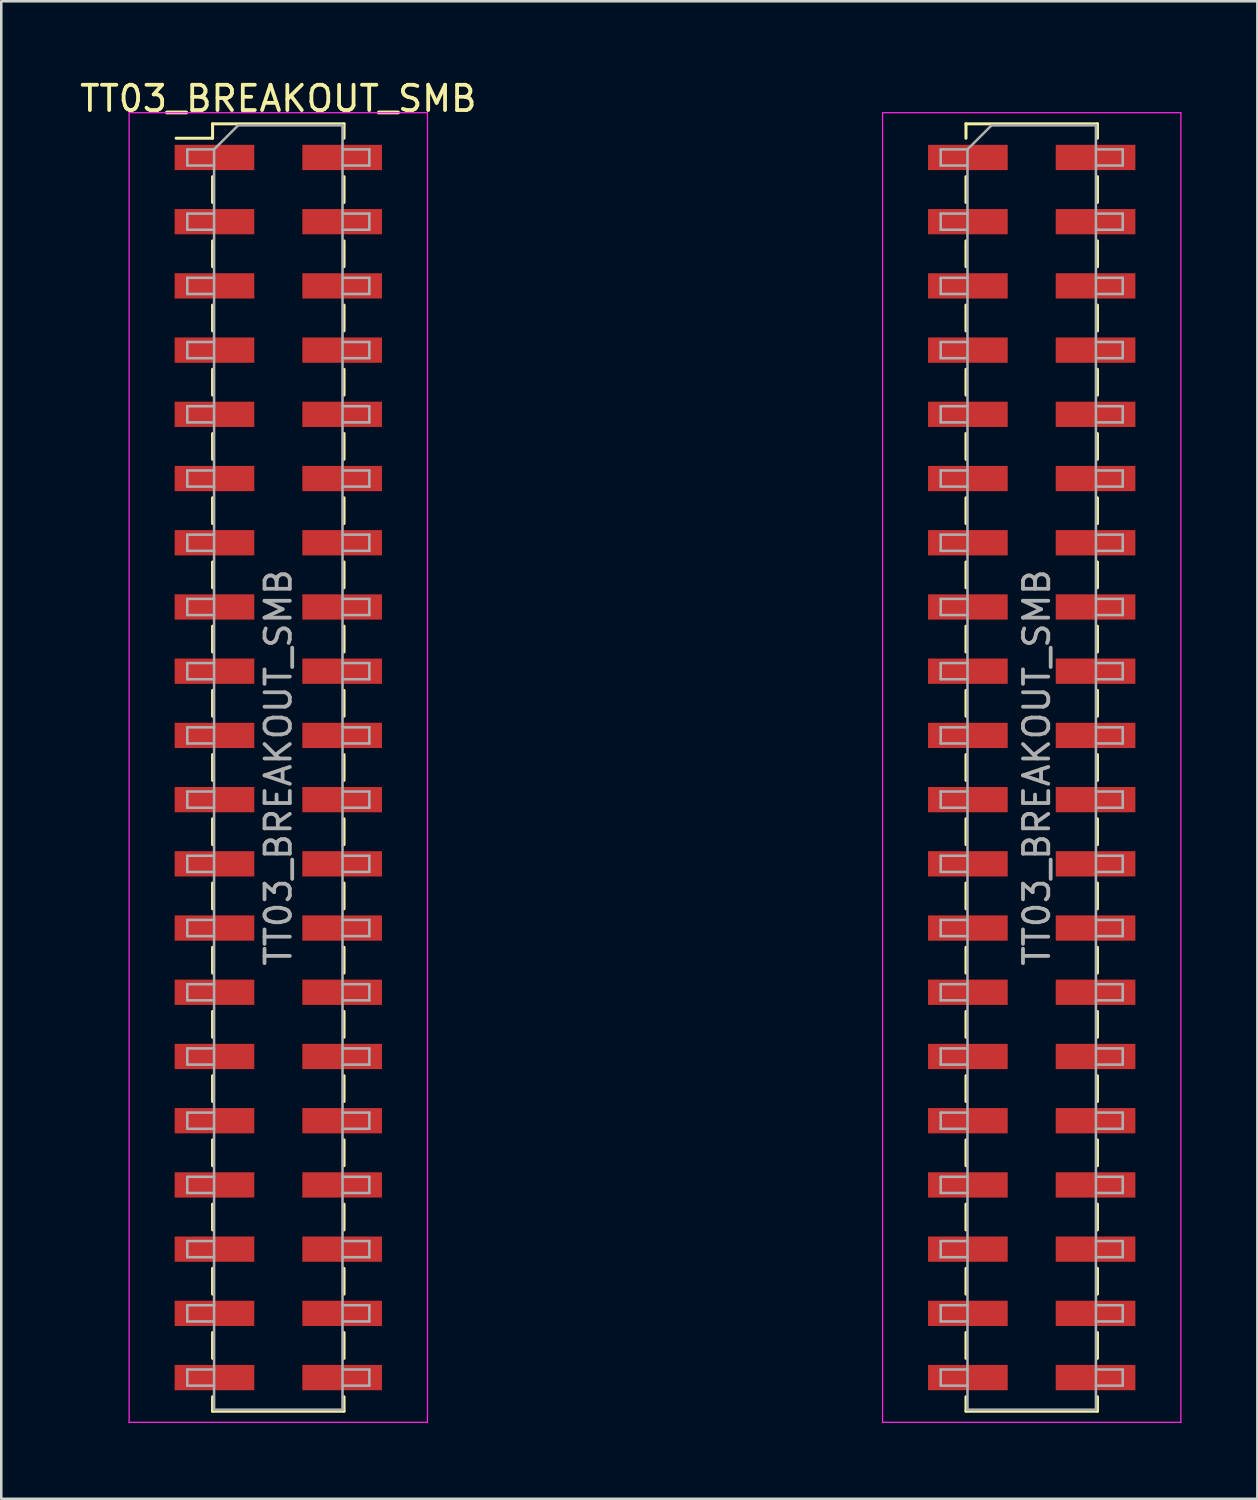
<source format=kicad_pcb>
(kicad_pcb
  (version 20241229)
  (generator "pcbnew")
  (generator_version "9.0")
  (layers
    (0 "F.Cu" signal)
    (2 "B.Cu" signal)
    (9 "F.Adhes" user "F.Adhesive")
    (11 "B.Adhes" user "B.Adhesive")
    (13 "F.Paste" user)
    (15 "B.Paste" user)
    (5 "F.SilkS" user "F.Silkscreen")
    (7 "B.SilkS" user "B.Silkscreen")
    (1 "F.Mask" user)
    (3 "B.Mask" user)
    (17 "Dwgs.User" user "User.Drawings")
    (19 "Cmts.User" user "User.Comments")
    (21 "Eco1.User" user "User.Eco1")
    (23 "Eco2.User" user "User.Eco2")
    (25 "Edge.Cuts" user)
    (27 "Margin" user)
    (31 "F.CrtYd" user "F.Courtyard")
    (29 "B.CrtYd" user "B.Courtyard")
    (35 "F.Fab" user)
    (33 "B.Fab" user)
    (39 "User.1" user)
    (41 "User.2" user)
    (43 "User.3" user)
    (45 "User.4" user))
  (footprint "TT03_BREAKOUT_SMB"
    (layer "F.Cu")
    (at 22.858 27.308)
    (property "Reference" "TT03_BREAKOUT_SMB" (at -14.9 -26.46 0) (layer "F.SilkS") (effects (font (size 1 1) (thickness 0.15))))
    (attr smd)
    (fp_line (start -18.94 -24.89) (end -17.5 -24.89) (stroke (width 0.12) (type solid)) (layer "F.SilkS"))
    (fp_line (start -17.5 -25.46) (end -17.5 -24.89) (stroke (width 0.12) (type solid)) (layer "F.SilkS"))
    (fp_line (start -17.5 -25.46) (end -12.3 -25.46) (stroke (width 0.12) (type solid)) (layer "F.SilkS"))
    (fp_line (start -17.5 -23.37) (end -17.5 -22.35) (stroke (width 0.12) (type solid)) (layer "F.SilkS"))
    (fp_line (start -17.5 -20.83) (end -17.5 -19.81) (stroke (width 0.12) (type solid)) (layer "F.SilkS"))
    (fp_line (start -17.5 -18.29) (end -17.5 -17.27) (stroke (width 0.12) (type solid)) (layer "F.SilkS"))
    (fp_line (start -17.5 -15.75) (end -17.5 -14.73) (stroke (width 0.12) (type solid)) (layer "F.SilkS"))
    (fp_line (start -17.5 -13.21) (end -17.5 -12.19) (stroke (width 0.12) (type solid)) (layer "F.SilkS"))
    (fp_line (start -17.5 -10.67) (end -17.5 -9.65) (stroke (width 0.12) (type solid)) (layer "F.SilkS"))
    (fp_line (start -17.5 -8.13) (end -17.5 -7.11) (stroke (width 0.12) (type solid)) (layer "F.SilkS"))
    (fp_line (start -17.5 -5.59) (end -17.5 -4.57) (stroke (width 0.12) (type solid)) (layer "F.SilkS"))
    (fp_line (start -17.5 -3.05) (end -17.5 -2.03) (stroke (width 0.12) (type solid)) (layer "F.SilkS"))
    (fp_line (start -17.5 -0.51) (end -17.5 0.51) (stroke (width 0.12) (type solid)) (layer "F.SilkS"))
    (fp_line (start -17.5 2.03) (end -17.5 3.05) (stroke (width 0.12) (type solid)) (layer "F.SilkS"))
    (fp_line (start -17.5 4.57) (end -17.5 5.59) (stroke (width 0.12) (type solid)) (layer "F.SilkS"))
    (fp_line (start -17.5 7.11) (end -17.5 8.13) (stroke (width 0.12) (type solid)) (layer "F.SilkS"))
    (fp_line (start -17.5 9.65) (end -17.5 10.67) (stroke (width 0.12) (type solid)) (layer "F.SilkS"))
    (fp_line (start -17.5 12.19) (end -17.5 13.21) (stroke (width 0.12) (type solid)) (layer "F.SilkS"))
    (fp_line (start -17.5 14.73) (end -17.5 15.75) (stroke (width 0.12) (type solid)) (layer "F.SilkS"))
    (fp_line (start -17.5 17.27) (end -17.5 18.29) (stroke (width 0.12) (type solid)) (layer "F.SilkS"))
    (fp_line (start -17.5 19.81) (end -17.5 20.83) (stroke (width 0.12) (type solid)) (layer "F.SilkS"))
    (fp_line (start -17.5 22.35) (end -17.5 23.37) (stroke (width 0.12) (type solid)) (layer "F.SilkS"))
    (fp_line (start -17.5 24.89) (end -17.5 25.46) (stroke (width 0.12) (type solid)) (layer "F.SilkS"))
    (fp_line (start -17.5 25.46) (end -12.3 25.46) (stroke (width 0.12) (type solid)) (layer "F.SilkS"))
    (fp_line (start -12.3 -25.46) (end -12.3 -24.89) (stroke (width 0.12) (type solid)) (layer "F.SilkS"))
    (fp_line (start -12.3 -23.37) (end -12.3 -22.35) (stroke (width 0.12) (type solid)) (layer "F.SilkS"))
    (fp_line (start -12.3 -20.83) (end -12.3 -19.81) (stroke (width 0.12) (type solid)) (layer "F.SilkS"))
    (fp_line (start -12.3 -18.29) (end -12.3 -17.27) (stroke (width 0.12) (type solid)) (layer "F.SilkS"))
    (fp_line (start -12.3 -15.75) (end -12.3 -14.73) (stroke (width 0.12) (type solid)) (layer "F.SilkS"))
    (fp_line (start -12.3 -13.21) (end -12.3 -12.19) (stroke (width 0.12) (type solid)) (layer "F.SilkS"))
    (fp_line (start -12.3 -10.67) (end -12.3 -9.65) (stroke (width 0.12) (type solid)) (layer "F.SilkS"))
    (fp_line (start -12.3 -8.13) (end -12.3 -7.11) (stroke (width 0.12) (type solid)) (layer "F.SilkS"))
    (fp_line (start -12.3 -5.59) (end -12.3 -4.57) (stroke (width 0.12) (type solid)) (layer "F.SilkS"))
    (fp_line (start -12.3 -3.05) (end -12.3 -2.03) (stroke (width 0.12) (type solid)) (layer "F.SilkS"))
    (fp_line (start -12.3 -0.51) (end -12.3 0.51) (stroke (width 0.12) (type solid)) (layer "F.SilkS"))
    (fp_line (start -12.3 2.03) (end -12.3 3.05) (stroke (width 0.12) (type solid)) (layer "F.SilkS"))
    (fp_line (start -12.3 4.57) (end -12.3 5.59) (stroke (width 0.12) (type solid)) (layer "F.SilkS"))
    (fp_line (start -12.3 7.11) (end -12.3 8.13) (stroke (width 0.12) (type solid)) (layer "F.SilkS"))
    (fp_line (start -12.3 9.65) (end -12.3 10.67) (stroke (width 0.12) (type solid)) (layer "F.SilkS"))
    (fp_line (start -12.3 12.19) (end -12.3 13.21) (stroke (width 0.12) (type solid)) (layer "F.SilkS"))
    (fp_line (start -12.3 14.73) (end -12.3 15.75) (stroke (width 0.12) (type solid)) (layer "F.SilkS"))
    (fp_line (start -12.3 17.27) (end -12.3 18.29) (stroke (width 0.12) (type solid)) (layer "F.SilkS"))
    (fp_line (start -12.3 19.81) (end -12.3 20.83) (stroke (width 0.12) (type solid)) (layer "F.SilkS"))
    (fp_line (start -12.3 22.35) (end -12.3 23.37) (stroke (width 0.12) (type solid)) (layer "F.SilkS"))
    (fp_line (start -12.3 24.89) (end -12.3 25.46) (stroke (width 0.12) (type solid)) (layer "F.SilkS"))
    (fp_line (start 12.3 -25.46) (end 12.3 -24.89) (stroke (width 0.12) (type solid)) (layer "F.SilkS"))
    (fp_line (start 12.3 -25.46) (end 17.5 -25.46) (stroke (width 0.12) (type solid)) (layer "F.SilkS"))
    (fp_line (start 12.3 -23.37) (end 12.3 -22.35) (stroke (width 0.12) (type solid)) (layer "F.SilkS"))
    (fp_line (start 12.3 -20.83) (end 12.3 -19.81) (stroke (width 0.12) (type solid)) (layer "F.SilkS"))
    (fp_line (start 12.3 -18.29) (end 12.3 -17.27) (stroke (width 0.12) (type solid)) (layer "F.SilkS"))
    (fp_line (start 12.3 -15.75) (end 12.3 -14.73) (stroke (width 0.12) (type solid)) (layer "F.SilkS"))
    (fp_line (start 12.3 -13.21) (end 12.3 -12.19) (stroke (width 0.12) (type solid)) (layer "F.SilkS"))
    (fp_line (start 12.3 -10.67) (end 12.3 -9.65) (stroke (width 0.12) (type solid)) (layer "F.SilkS"))
    (fp_line (start 12.3 -8.13) (end 12.3 -7.11) (stroke (width 0.12) (type solid)) (layer "F.SilkS"))
    (fp_line (start 12.3 -5.59) (end 12.3 -4.57) (stroke (width 0.12) (type solid)) (layer "F.SilkS"))
    (fp_line (start 12.3 -3.05) (end 12.3 -2.03) (stroke (width 0.12) (type solid)) (layer "F.SilkS"))
    (fp_line (start 12.3 -0.51) (end 12.3 0.51) (stroke (width 0.12) (type solid)) (layer "F.SilkS"))
    (fp_line (start 12.3 2.03) (end 12.3 3.05) (stroke (width 0.12) (type solid)) (layer "F.SilkS"))
    (fp_line (start 12.3 4.57) (end 12.3 5.59) (stroke (width 0.12) (type solid)) (layer "F.SilkS"))
    (fp_line (start 12.3 7.11) (end 12.3 8.13) (stroke (width 0.12) (type solid)) (layer "F.SilkS"))
    (fp_line (start 12.3 9.65) (end 12.3 10.67) (stroke (width 0.12) (type solid)) (layer "F.SilkS"))
    (fp_line (start 12.3 12.19) (end 12.3 13.21) (stroke (width 0.12) (type solid)) (layer "F.SilkS"))
    (fp_line (start 12.3 14.73) (end 12.3 15.75) (stroke (width 0.12) (type solid)) (layer "F.SilkS"))
    (fp_line (start 12.3 17.27) (end 12.3 18.29) (stroke (width 0.12) (type solid)) (layer "F.SilkS"))
    (fp_line (start 12.3 19.81) (end 12.3 20.83) (stroke (width 0.12) (type solid)) (layer "F.SilkS"))
    (fp_line (start 12.3 22.35) (end 12.3 23.37) (stroke (width 0.12) (type solid)) (layer "F.SilkS"))
    (fp_line (start 12.3 24.89) (end 12.3 25.46) (stroke (width 0.12) (type solid)) (layer "F.SilkS"))
    (fp_line (start 12.3 25.46) (end 17.5 25.46) (stroke (width 0.12) (type solid)) (layer "F.SilkS"))
    (fp_line (start 17.5 -25.46) (end 17.5 -24.89) (stroke (width 0.12) (type solid)) (layer "F.SilkS"))
    (fp_line (start 17.5 -23.37) (end 17.5 -22.35) (stroke (width 0.12) (type solid)) (layer "F.SilkS"))
    (fp_line (start 17.5 -20.83) (end 17.5 -19.81) (stroke (width 0.12) (type solid)) (layer "F.SilkS"))
    (fp_line (start 17.5 -18.29) (end 17.5 -17.27) (stroke (width 0.12) (type solid)) (layer "F.SilkS"))
    (fp_line (start 17.5 -15.75) (end 17.5 -14.73) (stroke (width 0.12) (type solid)) (layer "F.SilkS"))
    (fp_line (start 17.5 -13.21) (end 17.5 -12.19) (stroke (width 0.12) (type solid)) (layer "F.SilkS"))
    (fp_line (start 17.5 -10.67) (end 17.5 -9.65) (stroke (width 0.12) (type solid)) (layer "F.SilkS"))
    (fp_line (start 17.5 -8.13) (end 17.5 -7.11) (stroke (width 0.12) (type solid)) (layer "F.SilkS"))
    (fp_line (start 17.5 -5.59) (end 17.5 -4.57) (stroke (width 0.12) (type solid)) (layer "F.SilkS"))
    (fp_line (start 17.5 -3.05) (end 17.5 -2.03) (stroke (width 0.12) (type solid)) (layer "F.SilkS"))
    (fp_line (start 17.5 -0.51) (end 17.5 0.51) (stroke (width 0.12) (type solid)) (layer "F.SilkS"))
    (fp_line (start 17.5 2.03) (end 17.5 3.05) (stroke (width 0.12) (type solid)) (layer "F.SilkS"))
    (fp_line (start 17.5 4.57) (end 17.5 5.59) (stroke (width 0.12) (type solid)) (layer "F.SilkS"))
    (fp_line (start 17.5 7.11) (end 17.5 8.13) (stroke (width 0.12) (type solid)) (layer "F.SilkS"))
    (fp_line (start 17.5 9.65) (end 17.5 10.67) (stroke (width 0.12) (type solid)) (layer "F.SilkS"))
    (fp_line (start 17.5 12.19) (end 17.5 13.21) (stroke (width 0.12) (type solid)) (layer "F.SilkS"))
    (fp_line (start 17.5 14.73) (end 17.5 15.75) (stroke (width 0.12) (type solid)) (layer "F.SilkS"))
    (fp_line (start 17.5 17.27) (end 17.5 18.29) (stroke (width 0.12) (type solid)) (layer "F.SilkS"))
    (fp_line (start 17.5 19.81) (end 17.5 20.83) (stroke (width 0.12) (type solid)) (layer "F.SilkS"))
    (fp_line (start 17.5 22.35) (end 17.5 23.37) (stroke (width 0.12) (type solid)) (layer "F.SilkS"))
    (fp_line (start 17.5 24.89) (end 17.5 25.46) (stroke (width 0.12) (type solid)) (layer "F.SilkS"))
    (fp_line (start -20.8 -25.9) (end -20.8 25.9) (stroke (width 0.05) (type solid)) (layer "F.CrtYd"))
    (fp_line (start -20.8 25.9) (end -9 25.9) (stroke (width 0.05) (type solid)) (layer "F.CrtYd"))
    (fp_line (start -9 -25.9) (end -20.8 -25.9) (stroke (width 0.05) (type solid)) (layer "F.CrtYd"))
    (fp_line (start -9 25.9) (end -9 -25.9) (stroke (width 0.05) (type solid)) (layer "F.CrtYd"))
    (fp_line (start 9 -25.9) (end 9 25.9) (stroke (width 0.05) (type solid)) (layer "F.CrtYd"))
    (fp_line (start 9 25.9) (end 20.8 25.9) (stroke (width 0.05) (type solid)) (layer "F.CrtYd"))
    (fp_line (start 20.8 -25.9) (end 9 -25.9) (stroke (width 0.05) (type solid)) (layer "F.CrtYd"))
    (fp_line (start 20.8 25.9) (end 20.8 -25.9) (stroke (width 0.05) (type solid)) (layer "F.CrtYd"))
    (fp_line (start -18.5 -24.45) (end -18.5 -23.81) (stroke (width 0.1) (type solid)) (layer "F.Fab"))
    (fp_line (start -18.5 -23.81) (end -17.44 -23.81) (stroke (width 0.1) (type solid)) (layer "F.Fab"))
    (fp_line (start -18.5 -21.91) (end -18.5 -21.27) (stroke (width 0.1) (type solid)) (layer "F.Fab"))
    (fp_line (start -18.5 -21.27) (end -17.44 -21.27) (stroke (width 0.1) (type solid)) (layer "F.Fab"))
    (fp_line (start -18.5 -19.37) (end -18.5 -18.73) (stroke (width 0.1) (type solid)) (layer "F.Fab"))
    (fp_line (start -18.5 -18.73) (end -17.44 -18.73) (stroke (width 0.1) (type solid)) (layer "F.Fab"))
    (fp_line (start -18.5 -16.83) (end -18.5 -16.19) (stroke (width 0.1) (type solid)) (layer "F.Fab"))
    (fp_line (start -18.5 -16.19) (end -17.44 -16.19) (stroke (width 0.1) (type solid)) (layer "F.Fab"))
    (fp_line (start -18.5 -14.29) (end -18.5 -13.65) (stroke (width 0.1) (type solid)) (layer "F.Fab"))
    (fp_line (start -18.5 -13.65) (end -17.44 -13.65) (stroke (width 0.1) (type solid)) (layer "F.Fab"))
    (fp_line (start -18.5 -11.75) (end -18.5 -11.11) (stroke (width 0.1) (type solid)) (layer "F.Fab"))
    (fp_line (start -18.5 -11.11) (end -17.44 -11.11) (stroke (width 0.1) (type solid)) (layer "F.Fab"))
    (fp_line (start -18.5 -9.21) (end -18.5 -8.57) (stroke (width 0.1) (type solid)) (layer "F.Fab"))
    (fp_line (start -18.5 -8.57) (end -17.44 -8.57) (stroke (width 0.1) (type solid)) (layer "F.Fab"))
    (fp_line (start -18.5 -6.67) (end -18.5 -6.03) (stroke (width 0.1) (type solid)) (layer "F.Fab"))
    (fp_line (start -18.5 -6.03) (end -17.44 -6.03) (stroke (width 0.1) (type solid)) (layer "F.Fab"))
    (fp_line (start -18.5 -4.13) (end -18.5 -3.49) (stroke (width 0.1) (type solid)) (layer "F.Fab"))
    (fp_line (start -18.5 -3.49) (end -17.44 -3.49) (stroke (width 0.1) (type solid)) (layer "F.Fab"))
    (fp_line (start -18.5 -1.59) (end -18.5 -0.95) (stroke (width 0.1) (type solid)) (layer "F.Fab"))
    (fp_line (start -18.5 -0.95) (end -17.44 -0.95) (stroke (width 0.1) (type solid)) (layer "F.Fab"))
    (fp_line (start -18.5 0.95) (end -18.5 1.59) (stroke (width 0.1) (type solid)) (layer "F.Fab"))
    (fp_line (start -18.5 1.59) (end -17.44 1.59) (stroke (width 0.1) (type solid)) (layer "F.Fab"))
    (fp_line (start -18.5 3.49) (end -18.5 4.13) (stroke (width 0.1) (type solid)) (layer "F.Fab"))
    (fp_line (start -18.5 4.13) (end -17.44 4.13) (stroke (width 0.1) (type solid)) (layer "F.Fab"))
    (fp_line (start -18.5 6.03) (end -18.5 6.67) (stroke (width 0.1) (type solid)) (layer "F.Fab"))
    (fp_line (start -18.5 6.67) (end -17.44 6.67) (stroke (width 0.1) (type solid)) (layer "F.Fab"))
    (fp_line (start -18.5 8.57) (end -18.5 9.21) (stroke (width 0.1) (type solid)) (layer "F.Fab"))
    (fp_line (start -18.5 9.21) (end -17.44 9.21) (stroke (width 0.1) (type solid)) (layer "F.Fab"))
    (fp_line (start -18.5 11.11) (end -18.5 11.75) (stroke (width 0.1) (type solid)) (layer "F.Fab"))
    (fp_line (start -18.5 11.75) (end -17.44 11.75) (stroke (width 0.1) (type solid)) (layer "F.Fab"))
    (fp_line (start -18.5 13.65) (end -18.5 14.29) (stroke (width 0.1) (type solid)) (layer "F.Fab"))
    (fp_line (start -18.5 14.29) (end -17.44 14.29) (stroke (width 0.1) (type solid)) (layer "F.Fab"))
    (fp_line (start -18.5 16.19) (end -18.5 16.83) (stroke (width 0.1) (type solid)) (layer "F.Fab"))
    (fp_line (start -18.5 16.83) (end -17.44 16.83) (stroke (width 0.1) (type solid)) (layer "F.Fab"))
    (fp_line (start -18.5 18.73) (end -18.5 19.37) (stroke (width 0.1) (type solid)) (layer "F.Fab"))
    (fp_line (start -18.5 19.37) (end -17.44 19.37) (stroke (width 0.1) (type solid)) (layer "F.Fab"))
    (fp_line (start -18.5 21.27) (end -18.5 21.91) (stroke (width 0.1) (type solid)) (layer "F.Fab"))
    (fp_line (start -18.5 21.91) (end -17.44 21.91) (stroke (width 0.1) (type solid)) (layer "F.Fab"))
    (fp_line (start -18.5 23.81) (end -18.5 24.45) (stroke (width 0.1) (type solid)) (layer "F.Fab"))
    (fp_line (start -18.5 24.45) (end -17.44 24.45) (stroke (width 0.1) (type solid)) (layer "F.Fab"))
    (fp_line (start -17.44 -24.45) (end -18.5 -24.45) (stroke (width 0.1) (type solid)) (layer "F.Fab"))
    (fp_line (start -17.44 -24.45) (end -16.49 -25.4) (stroke (width 0.1) (type solid)) (layer "F.Fab"))
    (fp_line (start -17.44 -21.91) (end -18.5 -21.91) (stroke (width 0.1) (type solid)) (layer "F.Fab"))
    (fp_line (start -17.44 -19.37) (end -18.5 -19.37) (stroke (width 0.1) (type solid)) (layer "F.Fab"))
    (fp_line (start -17.44 -16.83) (end -18.5 -16.83) (stroke (width 0.1) (type solid)) (layer "F.Fab"))
    (fp_line (start -17.44 -14.29) (end -18.5 -14.29) (stroke (width 0.1) (type solid)) (layer "F.Fab"))
    (fp_line (start -17.44 -11.75) (end -18.5 -11.75) (stroke (width 0.1) (type solid)) (layer "F.Fab"))
    (fp_line (start -17.44 -9.21) (end -18.5 -9.21) (stroke (width 0.1) (type solid)) (layer "F.Fab"))
    (fp_line (start -17.44 -6.67) (end -18.5 -6.67) (stroke (width 0.1) (type solid)) (layer "F.Fab"))
    (fp_line (start -17.44 -4.13) (end -18.5 -4.13) (stroke (width 0.1) (type solid)) (layer "F.Fab"))
    (fp_line (start -17.44 -1.59) (end -18.5 -1.59) (stroke (width 0.1) (type solid)) (layer "F.Fab"))
    (fp_line (start -17.44 0.95) (end -18.5 0.95) (stroke (width 0.1) (type solid)) (layer "F.Fab"))
    (fp_line (start -17.44 3.49) (end -18.5 3.49) (stroke (width 0.1) (type solid)) (layer "F.Fab"))
    (fp_line (start -17.44 6.03) (end -18.5 6.03) (stroke (width 0.1) (type solid)) (layer "F.Fab"))
    (fp_line (start -17.44 8.57) (end -18.5 8.57) (stroke (width 0.1) (type solid)) (layer "F.Fab"))
    (fp_line (start -17.44 11.11) (end -18.5 11.11) (stroke (width 0.1) (type solid)) (layer "F.Fab"))
    (fp_line (start -17.44 13.65) (end -18.5 13.65) (stroke (width 0.1) (type solid)) (layer "F.Fab"))
    (fp_line (start -17.44 16.19) (end -18.5 16.19) (stroke (width 0.1) (type solid)) (layer "F.Fab"))
    (fp_line (start -17.44 18.73) (end -18.5 18.73) (stroke (width 0.1) (type solid)) (layer "F.Fab"))
    (fp_line (start -17.44 21.27) (end -18.5 21.27) (stroke (width 0.1) (type solid)) (layer "F.Fab"))
    (fp_line (start -17.44 23.81) (end -18.5 23.81) (stroke (width 0.1) (type solid)) (layer "F.Fab"))
    (fp_line (start -17.44 25.4) (end -17.44 -24.45) (stroke (width 0.1) (type solid)) (layer "F.Fab"))
    (fp_line (start -16.49 -25.4) (end -12.36 -25.4) (stroke (width 0.1) (type solid)) (layer "F.Fab"))
    (fp_line (start -12.36 -25.4) (end -12.36 25.4) (stroke (width 0.1) (type solid)) (layer "F.Fab"))
    (fp_line (start -12.36 -24.45) (end -11.3 -24.45) (stroke (width 0.1) (type solid)) (layer "F.Fab"))
    (fp_line (start -12.36 -21.91) (end -11.3 -21.91) (stroke (width 0.1) (type solid)) (layer "F.Fab"))
    (fp_line (start -12.36 -19.37) (end -11.3 -19.37) (stroke (width 0.1) (type solid)) (layer "F.Fab"))
    (fp_line (start -12.36 -16.83) (end -11.3 -16.83) (stroke (width 0.1) (type solid)) (layer "F.Fab"))
    (fp_line (start -12.36 -14.29) (end -11.3 -14.29) (stroke (width 0.1) (type solid)) (layer "F.Fab"))
    (fp_line (start -12.36 -11.75) (end -11.3 -11.75) (stroke (width 0.1) (type solid)) (layer "F.Fab"))
    (fp_line (start -12.36 -9.21) (end -11.3 -9.21) (stroke (width 0.1) (type solid)) (layer "F.Fab"))
    (fp_line (start -12.36 -6.67) (end -11.3 -6.67) (stroke (width 0.1) (type solid)) (layer "F.Fab"))
    (fp_line (start -12.36 -4.13) (end -11.3 -4.13) (stroke (width 0.1) (type solid)) (layer "F.Fab"))
    (fp_line (start -12.36 -1.59) (end -11.3 -1.59) (stroke (width 0.1) (type solid)) (layer "F.Fab"))
    (fp_line (start -12.36 0.95) (end -11.3 0.95) (stroke (width 0.1) (type solid)) (layer "F.Fab"))
    (fp_line (start -12.36 3.49) (end -11.3 3.49) (stroke (width 0.1) (type solid)) (layer "F.Fab"))
    (fp_line (start -12.36 6.03) (end -11.3 6.03) (stroke (width 0.1) (type solid)) (layer "F.Fab"))
    (fp_line (start -12.36 8.57) (end -11.3 8.57) (stroke (width 0.1) (type solid)) (layer "F.Fab"))
    (fp_line (start -12.36 11.11) (end -11.3 11.11) (stroke (width 0.1) (type solid)) (layer "F.Fab"))
    (fp_line (start -12.36 13.65) (end -11.3 13.65) (stroke (width 0.1) (type solid)) (layer "F.Fab"))
    (fp_line (start -12.36 16.19) (end -11.3 16.19) (stroke (width 0.1) (type solid)) (layer "F.Fab"))
    (fp_line (start -12.36 18.73) (end -11.3 18.73) (stroke (width 0.1) (type solid)) (layer "F.Fab"))
    (fp_line (start -12.36 21.27) (end -11.3 21.27) (stroke (width 0.1) (type solid)) (layer "F.Fab"))
    (fp_line (start -12.36 23.81) (end -11.3 23.81) (stroke (width 0.1) (type solid)) (layer "F.Fab"))
    (fp_line (start -12.36 25.4) (end -17.44 25.4) (stroke (width 0.1) (type solid)) (layer "F.Fab"))
    (fp_line (start -11.3 -24.45) (end -11.3 -23.81) (stroke (width 0.1) (type solid)) (layer "F.Fab"))
    (fp_line (start -11.3 -23.81) (end -12.36 -23.81) (stroke (width 0.1) (type solid)) (layer "F.Fab"))
    (fp_line (start -11.3 -21.91) (end -11.3 -21.27) (stroke (width 0.1) (type solid)) (layer "F.Fab"))
    (fp_line (start -11.3 -21.27) (end -12.36 -21.27) (stroke (width 0.1) (type solid)) (layer "F.Fab"))
    (fp_line (start -11.3 -19.37) (end -11.3 -18.73) (stroke (width 0.1) (type solid)) (layer "F.Fab"))
    (fp_line (start -11.3 -18.73) (end -12.36 -18.73) (stroke (width 0.1) (type solid)) (layer "F.Fab"))
    (fp_line (start -11.3 -16.83) (end -11.3 -16.19) (stroke (width 0.1) (type solid)) (layer "F.Fab"))
    (fp_line (start -11.3 -16.19) (end -12.36 -16.19) (stroke (width 0.1) (type solid)) (layer "F.Fab"))
    (fp_line (start -11.3 -14.29) (end -11.3 -13.65) (stroke (width 0.1) (type solid)) (layer "F.Fab"))
    (fp_line (start -11.3 -13.65) (end -12.36 -13.65) (stroke (width 0.1) (type solid)) (layer "F.Fab"))
    (fp_line (start -11.3 -11.75) (end -11.3 -11.11) (stroke (width 0.1) (type solid)) (layer "F.Fab"))
    (fp_line (start -11.3 -11.11) (end -12.36 -11.11) (stroke (width 0.1) (type solid)) (layer "F.Fab"))
    (fp_line (start -11.3 -9.21) (end -11.3 -8.57) (stroke (width 0.1) (type solid)) (layer "F.Fab"))
    (fp_line (start -11.3 -8.57) (end -12.36 -8.57) (stroke (width 0.1) (type solid)) (layer "F.Fab"))
    (fp_line (start -11.3 -6.67) (end -11.3 -6.03) (stroke (width 0.1) (type solid)) (layer "F.Fab"))
    (fp_line (start -11.3 -6.03) (end -12.36 -6.03) (stroke (width 0.1) (type solid)) (layer "F.Fab"))
    (fp_line (start -11.3 -4.13) (end -11.3 -3.49) (stroke (width 0.1) (type solid)) (layer "F.Fab"))
    (fp_line (start -11.3 -3.49) (end -12.36 -3.49) (stroke (width 0.1) (type solid)) (layer "F.Fab"))
    (fp_line (start -11.3 -1.59) (end -11.3 -0.95) (stroke (width 0.1) (type solid)) (layer "F.Fab"))
    (fp_line (start -11.3 -0.95) (end -12.36 -0.95) (stroke (width 0.1) (type solid)) (layer "F.Fab"))
    (fp_line (start -11.3 0.95) (end -11.3 1.59) (stroke (width 0.1) (type solid)) (layer "F.Fab"))
    (fp_line (start -11.3 1.59) (end -12.36 1.59) (stroke (width 0.1) (type solid)) (layer "F.Fab"))
    (fp_line (start -11.3 3.49) (end -11.3 4.13) (stroke (width 0.1) (type solid)) (layer "F.Fab"))
    (fp_line (start -11.3 4.13) (end -12.36 4.13) (stroke (width 0.1) (type solid)) (layer "F.Fab"))
    (fp_line (start -11.3 6.03) (end -11.3 6.67) (stroke (width 0.1) (type solid)) (layer "F.Fab"))
    (fp_line (start -11.3 6.67) (end -12.36 6.67) (stroke (width 0.1) (type solid)) (layer "F.Fab"))
    (fp_line (start -11.3 8.57) (end -11.3 9.21) (stroke (width 0.1) (type solid)) (layer "F.Fab"))
    (fp_line (start -11.3 9.21) (end -12.36 9.21) (stroke (width 0.1) (type solid)) (layer "F.Fab"))
    (fp_line (start -11.3 11.11) (end -11.3 11.75) (stroke (width 0.1) (type solid)) (layer "F.Fab"))
    (fp_line (start -11.3 11.75) (end -12.36 11.75) (stroke (width 0.1) (type solid)) (layer "F.Fab"))
    (fp_line (start -11.3 13.65) (end -11.3 14.29) (stroke (width 0.1) (type solid)) (layer "F.Fab"))
    (fp_line (start -11.3 14.29) (end -12.36 14.29) (stroke (width 0.1) (type solid)) (layer "F.Fab"))
    (fp_line (start -11.3 16.19) (end -11.3 16.83) (stroke (width 0.1) (type solid)) (layer "F.Fab"))
    (fp_line (start -11.3 16.83) (end -12.36 16.83) (stroke (width 0.1) (type solid)) (layer "F.Fab"))
    (fp_line (start -11.3 18.73) (end -11.3 19.37) (stroke (width 0.1) (type solid)) (layer "F.Fab"))
    (fp_line (start -11.3 19.37) (end -12.36 19.37) (stroke (width 0.1) (type solid)) (layer "F.Fab"))
    (fp_line (start -11.3 21.27) (end -11.3 21.91) (stroke (width 0.1) (type solid)) (layer "F.Fab"))
    (fp_line (start -11.3 21.91) (end -12.36 21.91) (stroke (width 0.1) (type solid)) (layer "F.Fab"))
    (fp_line (start -11.3 23.81) (end -11.3 24.45) (stroke (width 0.1) (type solid)) (layer "F.Fab"))
    (fp_line (start -11.3 24.45) (end -12.36 24.45) (stroke (width 0.1) (type solid)) (layer "F.Fab"))
    (fp_line (start 11.3 -24.45) (end 11.3 -23.81) (stroke (width 0.1) (type solid)) (layer "F.Fab"))
    (fp_line (start 11.3 -23.81) (end 12.36 -23.81) (stroke (width 0.1) (type solid)) (layer "F.Fab"))
    (fp_line (start 11.3 -21.91) (end 11.3 -21.27) (stroke (width 0.1) (type solid)) (layer "F.Fab"))
    (fp_line (start 11.3 -21.27) (end 12.36 -21.27) (stroke (width 0.1) (type solid)) (layer "F.Fab"))
    (fp_line (start 11.3 -19.37) (end 11.3 -18.73) (stroke (width 0.1) (type solid)) (layer "F.Fab"))
    (fp_line (start 11.3 -18.73) (end 12.36 -18.73) (stroke (width 0.1) (type solid)) (layer "F.Fab"))
    (fp_line (start 11.3 -16.83) (end 11.3 -16.19) (stroke (width 0.1) (type solid)) (layer "F.Fab"))
    (fp_line (start 11.3 -16.19) (end 12.36 -16.19) (stroke (width 0.1) (type solid)) (layer "F.Fab"))
    (fp_line (start 11.3 -14.29) (end 11.3 -13.65) (stroke (width 0.1) (type solid)) (layer "F.Fab"))
    (fp_line (start 11.3 -13.65) (end 12.36 -13.65) (stroke (width 0.1) (type solid)) (layer "F.Fab"))
    (fp_line (start 11.3 -11.75) (end 11.3 -11.11) (stroke (width 0.1) (type solid)) (layer "F.Fab"))
    (fp_line (start 11.3 -11.11) (end 12.36 -11.11) (stroke (width 0.1) (type solid)) (layer "F.Fab"))
    (fp_line (start 11.3 -9.21) (end 11.3 -8.57) (stroke (width 0.1) (type solid)) (layer "F.Fab"))
    (fp_line (start 11.3 -8.57) (end 12.36 -8.57) (stroke (width 0.1) (type solid)) (layer "F.Fab"))
    (fp_line (start 11.3 -6.67) (end 11.3 -6.03) (stroke (width 0.1) (type solid)) (layer "F.Fab"))
    (fp_line (start 11.3 -6.03) (end 12.36 -6.03) (stroke (width 0.1) (type solid)) (layer "F.Fab"))
    (fp_line (start 11.3 -4.13) (end 11.3 -3.49) (stroke (width 0.1) (type solid)) (layer "F.Fab"))
    (fp_line (start 11.3 -3.49) (end 12.36 -3.49) (stroke (width 0.1) (type solid)) (layer "F.Fab"))
    (fp_line (start 11.3 -1.59) (end 11.3 -0.95) (stroke (width 0.1) (type solid)) (layer "F.Fab"))
    (fp_line (start 11.3 -0.95) (end 12.36 -0.95) (stroke (width 0.1) (type solid)) (layer "F.Fab"))
    (fp_line (start 11.3 0.95) (end 11.3 1.59) (stroke (width 0.1) (type solid)) (layer "F.Fab"))
    (fp_line (start 11.3 1.59) (end 12.36 1.59) (stroke (width 0.1) (type solid)) (layer "F.Fab"))
    (fp_line (start 11.3 3.49) (end 11.3 4.13) (stroke (width 0.1) (type solid)) (layer "F.Fab"))
    (fp_line (start 11.3 4.13) (end 12.36 4.13) (stroke (width 0.1) (type solid)) (layer "F.Fab"))
    (fp_line (start 11.3 6.03) (end 11.3 6.67) (stroke (width 0.1) (type solid)) (layer "F.Fab"))
    (fp_line (start 11.3 6.67) (end 12.36 6.67) (stroke (width 0.1) (type solid)) (layer "F.Fab"))
    (fp_line (start 11.3 8.57) (end 11.3 9.21) (stroke (width 0.1) (type solid)) (layer "F.Fab"))
    (fp_line (start 11.3 9.21) (end 12.36 9.21) (stroke (width 0.1) (type solid)) (layer "F.Fab"))
    (fp_line (start 11.3 11.11) (end 11.3 11.75) (stroke (width 0.1) (type solid)) (layer "F.Fab"))
    (fp_line (start 11.3 11.75) (end 12.36 11.75) (stroke (width 0.1) (type solid)) (layer "F.Fab"))
    (fp_line (start 11.3 13.65) (end 11.3 14.29) (stroke (width 0.1) (type solid)) (layer "F.Fab"))
    (fp_line (start 11.3 14.29) (end 12.36 14.29) (stroke (width 0.1) (type solid)) (layer "F.Fab"))
    (fp_line (start 11.3 16.19) (end 11.3 16.83) (stroke (width 0.1) (type solid)) (layer "F.Fab"))
    (fp_line (start 11.3 16.83) (end 12.36 16.83) (stroke (width 0.1) (type solid)) (layer "F.Fab"))
    (fp_line (start 11.3 18.73) (end 11.3 19.37) (stroke (width 0.1) (type solid)) (layer "F.Fab"))
    (fp_line (start 11.3 19.37) (end 12.36 19.37) (stroke (width 0.1) (type solid)) (layer "F.Fab"))
    (fp_line (start 11.3 21.27) (end 11.3 21.91) (stroke (width 0.1) (type solid)) (layer "F.Fab"))
    (fp_line (start 11.3 21.91) (end 12.36 21.91) (stroke (width 0.1) (type solid)) (layer "F.Fab"))
    (fp_line (start 11.3 23.81) (end 11.3 24.45) (stroke (width 0.1) (type solid)) (layer "F.Fab"))
    (fp_line (start 11.3 24.45) (end 12.36 24.45) (stroke (width 0.1) (type solid)) (layer "F.Fab"))
    (fp_line (start 12.36 -24.45) (end 11.3 -24.45) (stroke (width 0.1) (type solid)) (layer "F.Fab"))
    (fp_line (start 12.36 -24.45) (end 13.31 -25.4) (stroke (width 0.1) (type solid)) (layer "F.Fab"))
    (fp_line (start 12.36 -21.91) (end 11.3 -21.91) (stroke (width 0.1) (type solid)) (layer "F.Fab"))
    (fp_line (start 12.36 -19.37) (end 11.3 -19.37) (stroke (width 0.1) (type solid)) (layer "F.Fab"))
    (fp_line (start 12.36 -16.83) (end 11.3 -16.83) (stroke (width 0.1) (type solid)) (layer "F.Fab"))
    (fp_line (start 12.36 -14.29) (end 11.3 -14.29) (stroke (width 0.1) (type solid)) (layer "F.Fab"))
    (fp_line (start 12.36 -11.75) (end 11.3 -11.75) (stroke (width 0.1) (type solid)) (layer "F.Fab"))
    (fp_line (start 12.36 -9.21) (end 11.3 -9.21) (stroke (width 0.1) (type solid)) (layer "F.Fab"))
    (fp_line (start 12.36 -6.67) (end 11.3 -6.67) (stroke (width 0.1) (type solid)) (layer "F.Fab"))
    (fp_line (start 12.36 -4.13) (end 11.3 -4.13) (stroke (width 0.1) (type solid)) (layer "F.Fab"))
    (fp_line (start 12.36 -1.59) (end 11.3 -1.59) (stroke (width 0.1) (type solid)) (layer "F.Fab"))
    (fp_line (start 12.36 0.95) (end 11.3 0.95) (stroke (width 0.1) (type solid)) (layer "F.Fab"))
    (fp_line (start 12.36 3.49) (end 11.3 3.49) (stroke (width 0.1) (type solid)) (layer "F.Fab"))
    (fp_line (start 12.36 6.03) (end 11.3 6.03) (stroke (width 0.1) (type solid)) (layer "F.Fab"))
    (fp_line (start 12.36 8.57) (end 11.3 8.57) (stroke (width 0.1) (type solid)) (layer "F.Fab"))
    (fp_line (start 12.36 11.11) (end 11.3 11.11) (stroke (width 0.1) (type solid)) (layer "F.Fab"))
    (fp_line (start 12.36 13.65) (end 11.3 13.65) (stroke (width 0.1) (type solid)) (layer "F.Fab"))
    (fp_line (start 12.36 16.19) (end 11.3 16.19) (stroke (width 0.1) (type solid)) (layer "F.Fab"))
    (fp_line (start 12.36 18.73) (end 11.3 18.73) (stroke (width 0.1) (type solid)) (layer "F.Fab"))
    (fp_line (start 12.36 21.27) (end 11.3 21.27) (stroke (width 0.1) (type solid)) (layer "F.Fab"))
    (fp_line (start 12.36 23.81) (end 11.3 23.81) (stroke (width 0.1) (type solid)) (layer "F.Fab"))
    (fp_line (start 12.36 25.4) (end 12.36 -24.45) (stroke (width 0.1) (type solid)) (layer "F.Fab"))
    (fp_line (start 13.31 -25.4) (end 17.44 -25.4) (stroke (width 0.1) (type solid)) (layer "F.Fab"))
    (fp_line (start 17.44 -25.4) (end 17.44 25.4) (stroke (width 0.1) (type solid)) (layer "F.Fab"))
    (fp_line (start 17.44 -24.45) (end 18.5 -24.45) (stroke (width 0.1) (type solid)) (layer "F.Fab"))
    (fp_line (start 17.44 -21.91) (end 18.5 -21.91) (stroke (width 0.1) (type solid)) (layer "F.Fab"))
    (fp_line (start 17.44 -19.37) (end 18.5 -19.37) (stroke (width 0.1) (type solid)) (layer "F.Fab"))
    (fp_line (start 17.44 -16.83) (end 18.5 -16.83) (stroke (width 0.1) (type solid)) (layer "F.Fab"))
    (fp_line (start 17.44 -14.29) (end 18.5 -14.29) (stroke (width 0.1) (type solid)) (layer "F.Fab"))
    (fp_line (start 17.44 -11.75) (end 18.5 -11.75) (stroke (width 0.1) (type solid)) (layer "F.Fab"))
    (fp_line (start 17.44 -9.21) (end 18.5 -9.21) (stroke (width 0.1) (type solid)) (layer "F.Fab"))
    (fp_line (start 17.44 -6.67) (end 18.5 -6.67) (stroke (width 0.1) (type solid)) (layer "F.Fab"))
    (fp_line (start 17.44 -4.13) (end 18.5 -4.13) (stroke (width 0.1) (type solid)) (layer "F.Fab"))
    (fp_line (start 17.44 -1.59) (end 18.5 -1.59) (stroke (width 0.1) (type solid)) (layer "F.Fab"))
    (fp_line (start 17.44 0.95) (end 18.5 0.95) (stroke (width 0.1) (type solid)) (layer "F.Fab"))
    (fp_line (start 17.44 3.49) (end 18.5 3.49) (stroke (width 0.1) (type solid)) (layer "F.Fab"))
    (fp_line (start 17.44 6.03) (end 18.5 6.03) (stroke (width 0.1) (type solid)) (layer "F.Fab"))
    (fp_line (start 17.44 8.57) (end 18.5 8.57) (stroke (width 0.1) (type solid)) (layer "F.Fab"))
    (fp_line (start 17.44 11.11) (end 18.5 11.11) (stroke (width 0.1) (type solid)) (layer "F.Fab"))
    (fp_line (start 17.44 13.65) (end 18.5 13.65) (stroke (width 0.1) (type solid)) (layer "F.Fab"))
    (fp_line (start 17.44 16.19) (end 18.5 16.19) (stroke (width 0.1) (type solid)) (layer "F.Fab"))
    (fp_line (start 17.44 18.73) (end 18.5 18.73) (stroke (width 0.1) (type solid)) (layer "F.Fab"))
    (fp_line (start 17.44 21.27) (end 18.5 21.27) (stroke (width 0.1) (type solid)) (layer "F.Fab"))
    (fp_line (start 17.44 23.81) (end 18.5 23.81) (stroke (width 0.1) (type solid)) (layer "F.Fab"))
    (fp_line (start 17.44 25.4) (end 12.36 25.4) (stroke (width 0.1) (type solid)) (layer "F.Fab"))
    (fp_line (start 18.5 -24.45) (end 18.5 -23.81) (stroke (width 0.1) (type solid)) (layer "F.Fab"))
    (fp_line (start 18.5 -23.81) (end 17.44 -23.81) (stroke (width 0.1) (type solid)) (layer "F.Fab"))
    (fp_line (start 18.5 -21.91) (end 18.5 -21.27) (stroke (width 0.1) (type solid)) (layer "F.Fab"))
    (fp_line (start 18.5 -21.27) (end 17.44 -21.27) (stroke (width 0.1) (type solid)) (layer "F.Fab"))
    (fp_line (start 18.5 -19.37) (end 18.5 -18.73) (stroke (width 0.1) (type solid)) (layer "F.Fab"))
    (fp_line (start 18.5 -18.73) (end 17.44 -18.73) (stroke (width 0.1) (type solid)) (layer "F.Fab"))
    (fp_line (start 18.5 -16.83) (end 18.5 -16.19) (stroke (width 0.1) (type solid)) (layer "F.Fab"))
    (fp_line (start 18.5 -16.19) (end 17.44 -16.19) (stroke (width 0.1) (type solid)) (layer "F.Fab"))
    (fp_line (start 18.5 -14.29) (end 18.5 -13.65) (stroke (width 0.1) (type solid)) (layer "F.Fab"))
    (fp_line (start 18.5 -13.65) (end 17.44 -13.65) (stroke (width 0.1) (type solid)) (layer "F.Fab"))
    (fp_line (start 18.5 -11.75) (end 18.5 -11.11) (stroke (width 0.1) (type solid)) (layer "F.Fab"))
    (fp_line (start 18.5 -11.11) (end 17.44 -11.11) (stroke (width 0.1) (type solid)) (layer "F.Fab"))
    (fp_line (start 18.5 -9.21) (end 18.5 -8.57) (stroke (width 0.1) (type solid)) (layer "F.Fab"))
    (fp_line (start 18.5 -8.57) (end 17.44 -8.57) (stroke (width 0.1) (type solid)) (layer "F.Fab"))
    (fp_line (start 18.5 -6.67) (end 18.5 -6.03) (stroke (width 0.1) (type solid)) (layer "F.Fab"))
    (fp_line (start 18.5 -6.03) (end 17.44 -6.03) (stroke (width 0.1) (type solid)) (layer "F.Fab"))
    (fp_line (start 18.5 -4.13) (end 18.5 -3.49) (stroke (width 0.1) (type solid)) (layer "F.Fab"))
    (fp_line (start 18.5 -3.49) (end 17.44 -3.49) (stroke (width 0.1) (type solid)) (layer "F.Fab"))
    (fp_line (start 18.5 -1.59) (end 18.5 -0.95) (stroke (width 0.1) (type solid)) (layer "F.Fab"))
    (fp_line (start 18.5 -0.95) (end 17.44 -0.95) (stroke (width 0.1) (type solid)) (layer "F.Fab"))
    (fp_line (start 18.5 0.95) (end 18.5 1.59) (stroke (width 0.1) (type solid)) (layer "F.Fab"))
    (fp_line (start 18.5 1.59) (end 17.44 1.59) (stroke (width 0.1) (type solid)) (layer "F.Fab"))
    (fp_line (start 18.5 3.49) (end 18.5 4.13) (stroke (width 0.1) (type solid)) (layer "F.Fab"))
    (fp_line (start 18.5 4.13) (end 17.44 4.13) (stroke (width 0.1) (type solid)) (layer "F.Fab"))
    (fp_line (start 18.5 6.03) (end 18.5 6.67) (stroke (width 0.1) (type solid)) (layer "F.Fab"))
    (fp_line (start 18.5 6.67) (end 17.44 6.67) (stroke (width 0.1) (type solid)) (layer "F.Fab"))
    (fp_line (start 18.5 8.57) (end 18.5 9.21) (stroke (width 0.1) (type solid)) (layer "F.Fab"))
    (fp_line (start 18.5 9.21) (end 17.44 9.21) (stroke (width 0.1) (type solid)) (layer "F.Fab"))
    (fp_line (start 18.5 11.11) (end 18.5 11.75) (stroke (width 0.1) (type solid)) (layer "F.Fab"))
    (fp_line (start 18.5 11.75) (end 17.44 11.75) (stroke (width 0.1) (type solid)) (layer "F.Fab"))
    (fp_line (start 18.5 13.65) (end 18.5 14.29) (stroke (width 0.1) (type solid)) (layer "F.Fab"))
    (fp_line (start 18.5 14.29) (end 17.44 14.29) (stroke (width 0.1) (type solid)) (layer "F.Fab"))
    (fp_line (start 18.5 16.19) (end 18.5 16.83) (stroke (width 0.1) (type solid)) (layer "F.Fab"))
    (fp_line (start 18.5 16.83) (end 17.44 16.83) (stroke (width 0.1) (type solid)) (layer "F.Fab"))
    (fp_line (start 18.5 18.73) (end 18.5 19.37) (stroke (width 0.1) (type solid)) (layer "F.Fab"))
    (fp_line (start 18.5 19.37) (end 17.44 19.37) (stroke (width 0.1) (type solid)) (layer "F.Fab"))
    (fp_line (start 18.5 21.27) (end 18.5 21.91) (stroke (width 0.1) (type solid)) (layer "F.Fab"))
    (fp_line (start 18.5 21.91) (end 17.44 21.91) (stroke (width 0.1) (type solid)) (layer "F.Fab"))
    (fp_line (start 18.5 23.81) (end 18.5 24.45) (stroke (width 0.1) (type solid)) (layer "F.Fab"))
    (fp_line (start 18.5 24.45) (end 17.44 24.45) (stroke (width 0.1) (type solid)) (layer "F.Fab"))
    (fp_text user "${REFERENCE}" (at 15.1 0 90) (layer "F.Fab") (effects (font (size 1 1) (thickness 0.15))))
    (fp_text user "${REFERENCE}" (at -14.9 0 90) (layer "F.Fab") (effects (font (size 1 1) (thickness 0.15))))
    (pad "A1" smd rect (at -17.425 -24.13) (size 3.15 1) (layers "F.Cu" "F.Mask" "F.Paste"))
    (pad "A2" smd rect (at -12.375 -24.13) (size 3.15 1) (layers "F.Cu" "F.Mask" "F.Paste"))
    (pad "A3" smd rect (at -17.425 -21.59) (size 3.15 1) (layers "F.Cu" "F.Mask" "F.Paste"))
    (pad "A4" smd rect (at -12.375 -21.59) (size 3.15 1) (layers "F.Cu" "F.Mask" "F.Paste"))
    (pad "A5" smd rect (at -17.425 -19.05) (size 3.15 1) (layers "F.Cu" "F.Mask" "F.Paste"))
    (pad "A6" smd rect (at -12.375 -19.05) (size 3.15 1) (layers "F.Cu" "F.Mask" "F.Paste"))
    (pad "A7" smd rect (at -17.425 -16.51) (size 3.15 1) (layers "F.Cu" "F.Mask" "F.Paste"))
    (pad "A8" smd rect (at -12.375 -16.51) (size 3.15 1) (layers "F.Cu" "F.Mask" "F.Paste"))
    (pad "A9" smd rect (at -17.425 -13.97) (size 3.15 1) (layers "F.Cu" "F.Mask" "F.Paste"))
    (pad "A10" smd rect (at -12.375 -13.97) (size 3.15 1) (layers "F.Cu" "F.Mask" "F.Paste"))
    (pad "A11" smd rect (at -17.425 -11.43) (size 3.15 1) (layers "F.Cu" "F.Mask" "F.Paste"))
    (pad "A12" smd rect (at -12.375 -11.43) (size 3.15 1) (layers "F.Cu" "F.Mask" "F.Paste"))
    (pad "A13" smd rect (at -17.425 -8.89) (size 3.15 1) (layers "F.Cu" "F.Mask" "F.Paste"))
    (pad "A14" smd rect (at -12.375 -8.89) (size 3.15 1) (layers "F.Cu" "F.Mask" "F.Paste"))
    (pad "A15" smd rect (at -17.425 -6.35) (size 3.15 1) (layers "F.Cu" "F.Mask" "F.Paste"))
    (pad "A16" smd rect (at -12.375 -6.35) (size 3.15 1) (layers "F.Cu" "F.Mask" "F.Paste"))
    (pad "A17" smd rect (at -17.425 -3.81) (size 3.15 1) (layers "F.Cu" "F.Mask" "F.Paste"))
    (pad "A18" smd rect (at -12.375 -3.81) (size 3.15 1) (layers "F.Cu" "F.Mask" "F.Paste"))
    (pad "A19" smd rect (at -17.425 -1.27) (size 3.15 1) (layers "F.Cu" "F.Mask" "F.Paste"))
    (pad "A20" smd rect (at -12.375 -1.27) (size 3.15 1) (layers "F.Cu" "F.Mask" "F.Paste"))
    (pad "A21" smd rect (at -17.425 1.27) (size 3.15 1) (layers "F.Cu" "F.Mask" "F.Paste"))
    (pad "A22" smd rect (at -12.375 1.27) (size 3.15 1) (layers "F.Cu" "F.Mask" "F.Paste"))
    (pad "A23" smd rect (at -17.425 3.81) (size 3.15 1) (layers "F.Cu" "F.Mask" "F.Paste"))
    (pad "A24" smd rect (at -12.375 3.81) (size 3.15 1) (layers "F.Cu" "F.Mask" "F.Paste"))
    (pad "A25" smd rect (at -17.425 6.35) (size 3.15 1) (layers "F.Cu" "F.Mask" "F.Paste"))
    (pad "A26" smd rect (at -12.375 6.35) (size 3.15 1) (layers "F.Cu" "F.Mask" "F.Paste"))
    (pad "A27" smd rect (at -17.425 8.89) (size 3.15 1) (layers "F.Cu" "F.Mask" "F.Paste"))
    (pad "A28" smd rect (at -12.375 8.89) (size 3.15 1) (layers "F.Cu" "F.Mask" "F.Paste"))
    (pad "A29" smd rect (at -17.425 11.43) (size 3.15 1) (layers "F.Cu" "F.Mask" "F.Paste"))
    (pad "A30" smd rect (at -12.375 11.43) (size 3.15 1) (layers "F.Cu" "F.Mask" "F.Paste"))
    (pad "A31" smd rect (at -17.425 13.97) (size 3.15 1) (layers "F.Cu" "F.Mask" "F.Paste"))
    (pad "A32" smd rect (at -12.375 13.97) (size 3.15 1) (layers "F.Cu" "F.Mask" "F.Paste"))
    (pad "A33" smd rect (at -17.425 16.51) (size 3.15 1) (layers "F.Cu" "F.Mask" "F.Paste"))
    (pad "A34" smd rect (at -12.375 16.51) (size 3.15 1) (layers "F.Cu" "F.Mask" "F.Paste"))
    (pad "A35" smd rect (at -17.425 19.05) (size 3.15 1) (layers "F.Cu" "F.Mask" "F.Paste"))
    (pad "A36" smd rect (at -12.375 19.05) (size 3.15 1) (layers "F.Cu" "F.Mask" "F.Paste"))
    (pad "A37" smd rect (at -17.425 21.59) (size 3.15 1) (layers "F.Cu" "F.Mask" "F.Paste"))
    (pad "A38" smd rect (at -12.375 21.59) (size 3.15 1) (layers "F.Cu" "F.Mask" "F.Paste"))
    (pad "A39" smd rect (at -17.425 24.13) (size 3.15 1) (layers "F.Cu" "F.Mask" "F.Paste"))
    (pad "A40" smd rect (at -12.375 24.13) (size 3.15 1) (layers "F.Cu" "F.Mask" "F.Paste"))
    (pad "B1" smd rect (at 12.375 -24.13) (size 3.15 1) (layers "F.Cu" "F.Mask" "F.Paste"))
    (pad "B2" smd rect (at 17.425 -24.13) (size 3.15 1) (layers "F.Cu" "F.Mask" "F.Paste"))
    (pad "B3" smd rect (at 12.375 -21.59) (size 3.15 1) (layers "F.Cu" "F.Mask" "F.Paste"))
    (pad "B4" smd rect (at 17.425 -21.59) (size 3.15 1) (layers "F.Cu" "F.Mask" "F.Paste"))
    (pad "B5" smd rect (at 12.375 -19.05) (size 3.15 1) (layers "F.Cu" "F.Mask" "F.Paste"))
    (pad "B6" smd rect (at 17.425 -19.05) (size 3.15 1) (layers "F.Cu" "F.Mask" "F.Paste"))
    (pad "B7" smd rect (at 12.375 -16.51) (size 3.15 1) (layers "F.Cu" "F.Mask" "F.Paste"))
    (pad "B8" smd rect (at 17.425 -16.51) (size 3.15 1) (layers "F.Cu" "F.Mask" "F.Paste"))
    (pad "B9" smd rect (at 12.375 -13.97) (size 3.15 1) (layers "F.Cu" "F.Mask" "F.Paste"))
    (pad "B10" smd rect (at 17.425 -13.97) (size 3.15 1) (layers "F.Cu" "F.Mask" "F.Paste"))
    (pad "B11" smd rect (at 12.375 -11.43) (size 3.15 1) (layers "F.Cu" "F.Mask" "F.Paste"))
    (pad "B12" smd rect (at 17.425 -11.43) (size 3.15 1) (layers "F.Cu" "F.Mask" "F.Paste"))
    (pad "B13" smd rect (at 12.375 -8.89) (size 3.15 1) (layers "F.Cu" "F.Mask" "F.Paste"))
    (pad "B14" smd rect (at 17.425 -8.89) (size 3.15 1) (layers "F.Cu" "F.Mask" "F.Paste"))
    (pad "B15" smd rect (at 12.375 -6.35) (size 3.15 1) (layers "F.Cu" "F.Mask" "F.Paste"))
    (pad "B16" smd rect (at 17.425 -6.35) (size 3.15 1) (layers "F.Cu" "F.Mask" "F.Paste"))
    (pad "B17" smd rect (at 12.375 -3.81) (size 3.15 1) (layers "F.Cu" "F.Mask" "F.Paste"))
    (pad "B18" smd rect (at 17.425 -3.81) (size 3.15 1) (layers "F.Cu" "F.Mask" "F.Paste"))
    (pad "B19" smd rect (at 12.375 -1.27) (size 3.15 1) (layers "F.Cu" "F.Mask" "F.Paste"))
    (pad "B20" smd rect (at 17.425 -1.27) (size 3.15 1) (layers "F.Cu" "F.Mask" "F.Paste"))
    (pad "B21" smd rect (at 12.375 1.27) (size 3.15 1) (layers "F.Cu" "F.Mask" "F.Paste"))
    (pad "B22" smd rect (at 17.425 1.27) (size 3.15 1) (layers "F.Cu" "F.Mask" "F.Paste"))
    (pad "B23" smd rect (at 12.375 3.81) (size 3.15 1) (layers "F.Cu" "F.Mask" "F.Paste"))
    (pad "B24" smd rect (at 17.425 3.81) (size 3.15 1) (layers "F.Cu" "F.Mask" "F.Paste"))
    (pad "B25" smd rect (at 12.375 6.35) (size 3.15 1) (layers "F.Cu" "F.Mask" "F.Paste"))
    (pad "B26" smd rect (at 17.425 6.35) (size 3.15 1) (layers "F.Cu" "F.Mask" "F.Paste"))
    (pad "B27" smd rect (at 12.375 8.89) (size 3.15 1) (layers "F.Cu" "F.Mask" "F.Paste"))
    (pad "B28" smd rect (at 17.425 8.89) (size 3.15 1) (layers "F.Cu" "F.Mask" "F.Paste"))
    (pad "B29" smd rect (at 12.375 11.43) (size 3.15 1) (layers "F.Cu" "F.Mask" "F.Paste"))
    (pad "B30" smd rect (at 17.425 11.43) (size 3.15 1) (layers "F.Cu" "F.Mask" "F.Paste"))
    (pad "B31" smd rect (at 12.375 13.97) (size 3.15 1) (layers "F.Cu" "F.Mask" "F.Paste"))
    (pad "B32" smd rect (at 17.425 13.97) (size 3.15 1) (layers "F.Cu" "F.Mask" "F.Paste"))
    (pad "B33" smd rect (at 12.375 16.51) (size 3.15 1) (layers "F.Cu" "F.Mask" "F.Paste"))
    (pad "B34" smd rect (at 17.425 16.51) (size 3.15 1) (layers "F.Cu" "F.Mask" "F.Paste"))
    (pad "B35" smd rect (at 12.375 19.05) (size 3.15 1) (layers "F.Cu" "F.Mask" "F.Paste"))
    (pad "B36" smd rect (at 17.425 19.05) (size 3.15 1) (layers "F.Cu" "F.Mask" "F.Paste"))
    (pad "B37" smd rect (at 12.375 21.59) (size 3.15 1) (layers "F.Cu" "F.Mask" "F.Paste"))
    (pad "B38" smd rect (at 17.425 21.59) (size 3.15 1) (layers "F.Cu" "F.Mask" "F.Paste"))
    (pad "B39" smd rect (at 12.375 24.13) (size 3.15 1) (layers "F.Cu" "F.Mask" "F.Paste"))
    (pad "B40" smd rect (at 17.425 24.13) (size 3.15 1) (layers "F.Cu" "F.Mask" "F.Paste")))
  (gr_rect
    (start -3 -3)
    (end 46.683 56.233)
    (stroke (width 0.1) (type default))
    (fill no)
    (layer "Edge.Cuts")))
</source>
